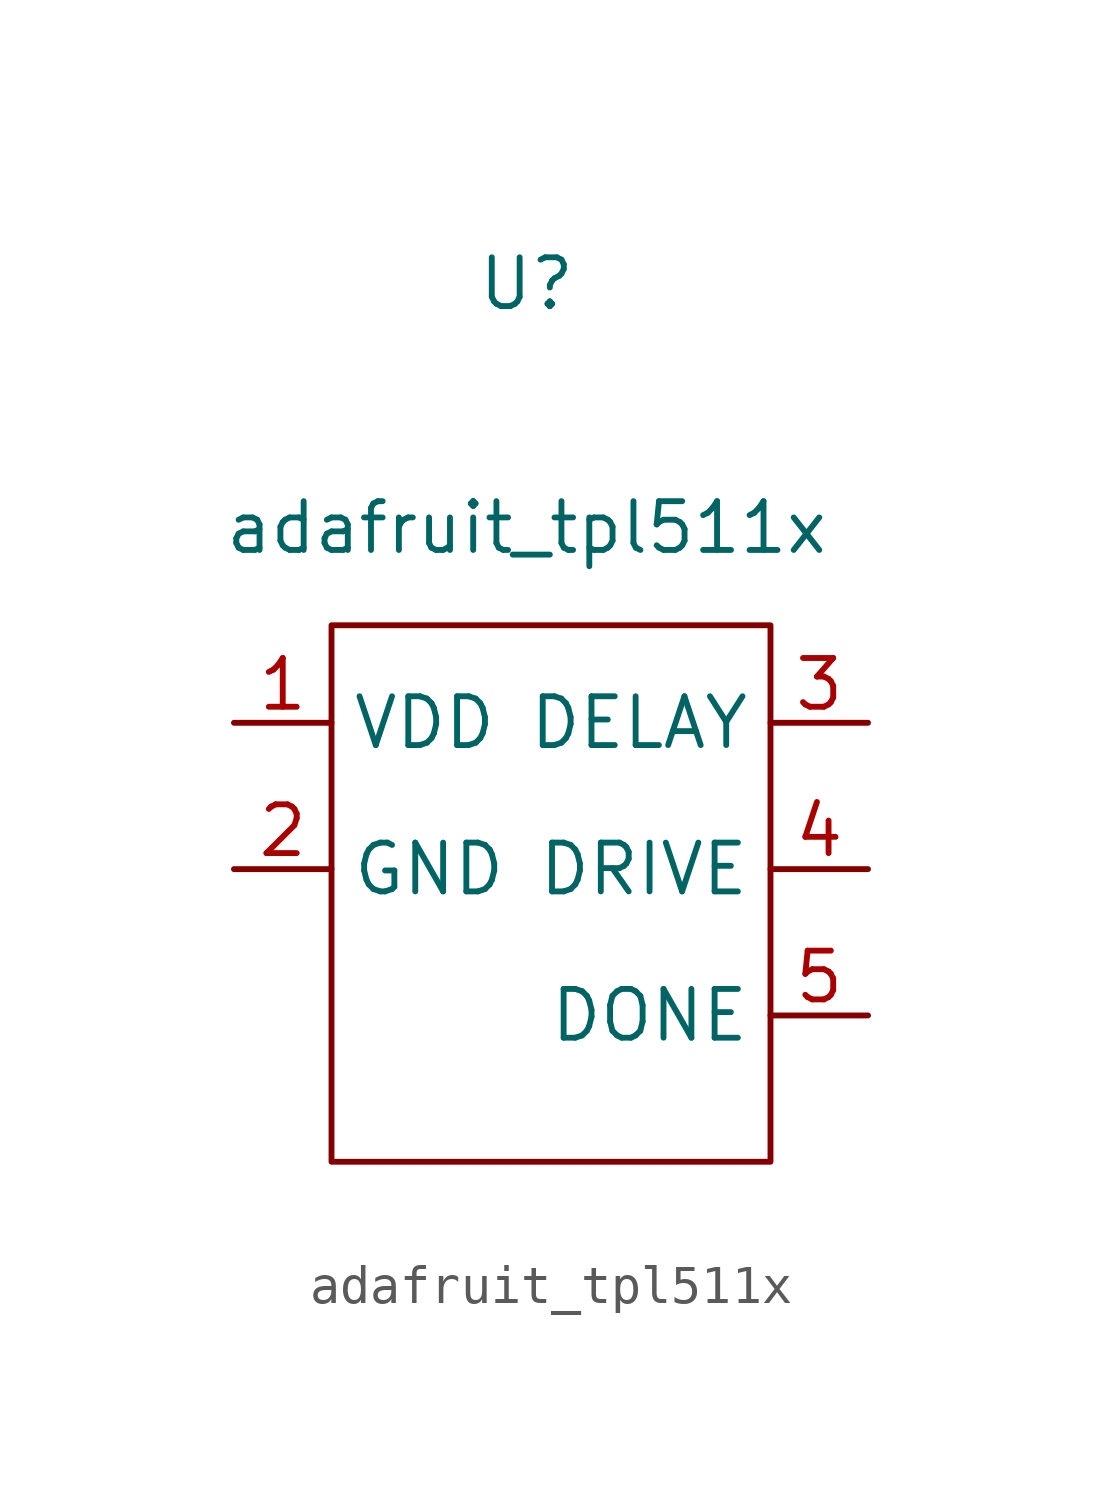
<source format=kicad_sym>
(kicad_symbol_lib
  (version 20211014)
  (generator kicad_symbol_editor)
  (symbol "adafruit_tpl511x"
    (property "Reference" "U"
      (at 0 10.16 0)
      (effects (font (size 1.27 1.27))))
    (property "Value" "adafruit_tpl511x"
      (at 0 3.81 0)
      (effects (font (size 1.27 1.27))))
    (symbol "adafruit_tpl511x_0_1"
      (rectangle (start -5.08 1.27) (end 6.35 -12.7) (stroke (width 0) (type default) (color 0 0 0 0)) (fill (type none))))
    (symbol "adafruit_tpl511x_1_1"
      (pin input line (at -7.62 -1.27 0) (length 2.54) (name "VDD" (effects (font (size 1.27 1.27)))) (number "1" (effects (font (size 1.27 1.27)))))
      (pin input line (at -7.62 -5.08 0) (length 2.54) (name "GND" (effects (font (size 1.27 1.27)))) (number "2" (effects (font (size 1.27 1.27)))))
      (pin input line (at 8.89 -1.27 180) (length 2.54) (name "DELAY" (effects (font (size 1.27 1.27)))) (number "3" (effects (font (size 1.27 1.27)))))
      (pin input line (at 8.89 -5.08 180) (length 2.54) (name "DRIVE" (effects (font (size 1.27 1.27)))) (number "4" (effects (font (size 1.27 1.27)))))
      (pin input line (at 8.89 -8.89 180) (length 2.54) (name "DONE" (effects (font (size 1.27 1.27)))) (number "5" (effects (font (size 1.27 1.27))))))))
</source>
